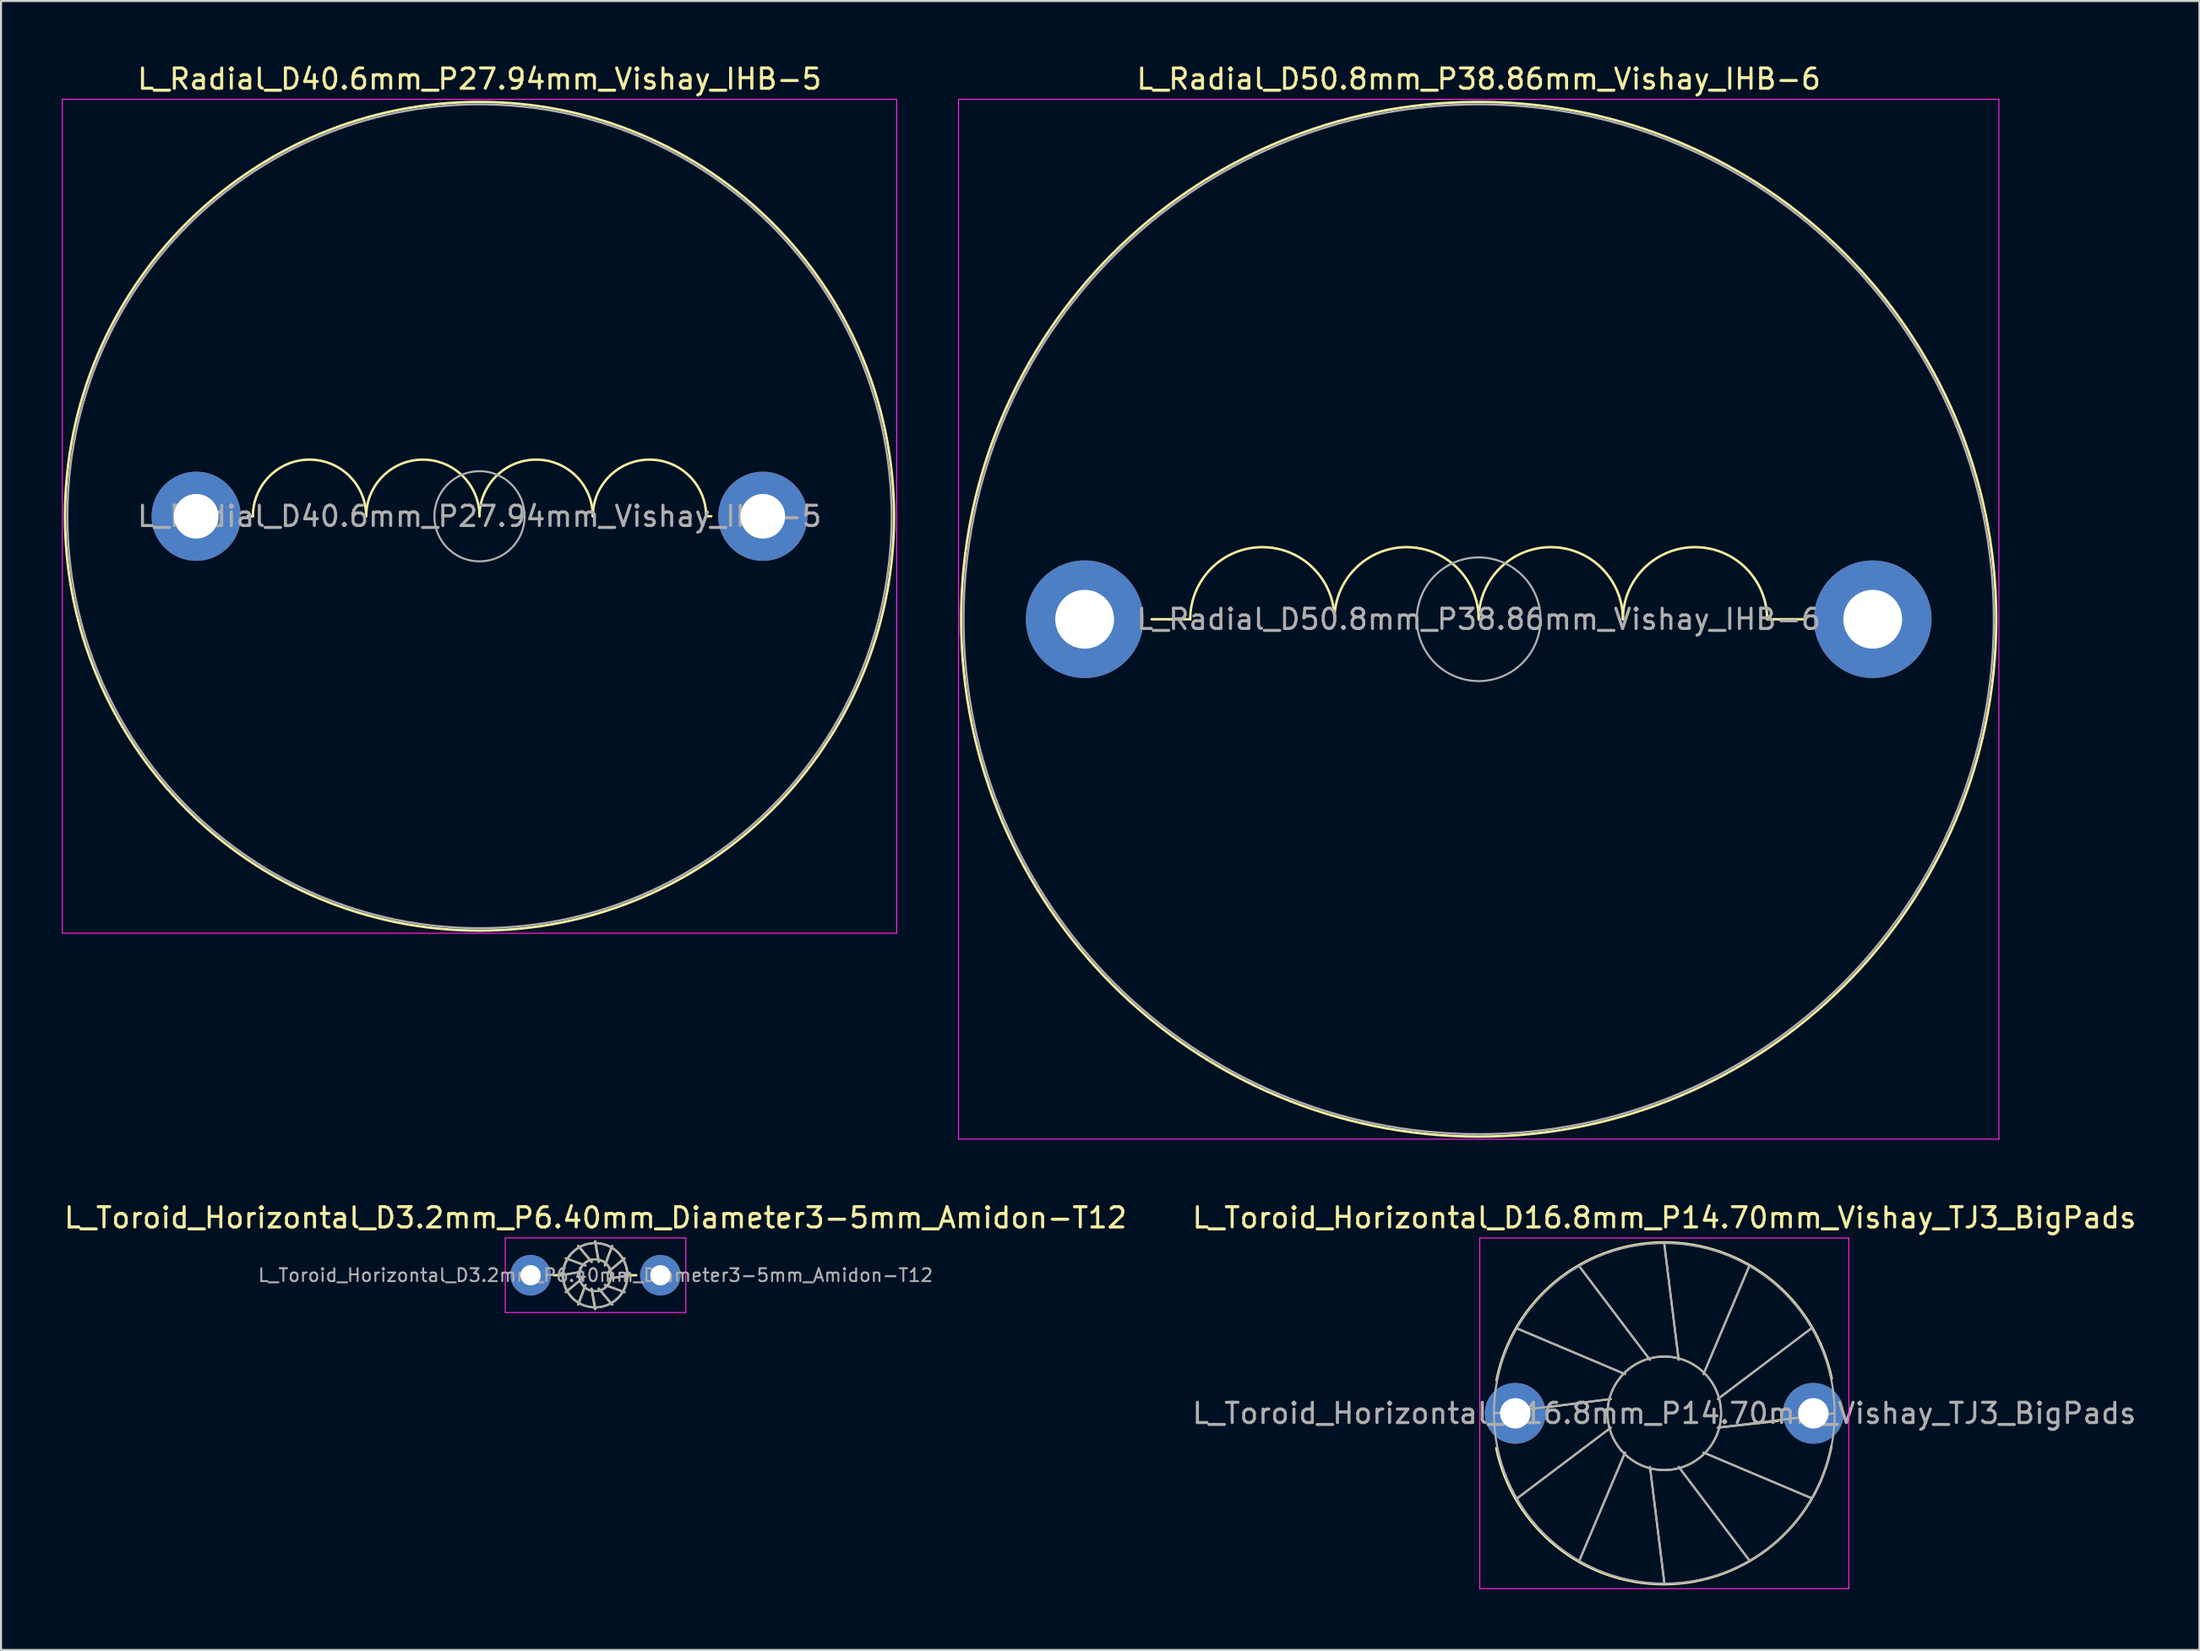
<source format=kicad_pcb>
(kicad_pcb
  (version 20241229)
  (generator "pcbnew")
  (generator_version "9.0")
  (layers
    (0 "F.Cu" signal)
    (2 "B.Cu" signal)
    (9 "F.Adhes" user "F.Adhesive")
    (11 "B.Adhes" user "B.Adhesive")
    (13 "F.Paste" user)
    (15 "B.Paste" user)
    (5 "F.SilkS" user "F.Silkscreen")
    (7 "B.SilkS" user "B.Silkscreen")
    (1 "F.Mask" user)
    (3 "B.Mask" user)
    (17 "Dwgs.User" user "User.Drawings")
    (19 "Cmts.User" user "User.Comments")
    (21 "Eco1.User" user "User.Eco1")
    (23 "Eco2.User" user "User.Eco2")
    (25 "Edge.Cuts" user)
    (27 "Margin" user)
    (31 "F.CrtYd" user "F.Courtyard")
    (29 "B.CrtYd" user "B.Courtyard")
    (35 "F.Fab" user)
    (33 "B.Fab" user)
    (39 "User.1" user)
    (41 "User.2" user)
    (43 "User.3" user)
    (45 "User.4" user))
  (footprint "L_Radial_D50.8mm_P38.86mm_Vishay_IHB-6"
    (layer "F.Cu")
    (at 50.435 27.498)
    (property "Reference" "L_Radial_D50.8mm_P38.86mm_Vishay_IHB-6" (at 19.43 -26.65 0) (layer "F.SilkS") (effects (font (size 1 1) (thickness 0.15))))
    (attr through_hole)
    (fp_line (start 5.206 0) (end 3.302 0) (stroke (width 0.12) (type solid)) (layer "F.SilkS"))
    (fp_line (start 33.654 0) (end 35.56 0) (stroke (width 0.12) (type solid)) (layer "F.SilkS"))
    (fp_arc (start 5.206 0) (mid 8.762 -3.556) (end 12.318 0) (stroke (width 0.12) (type solid)) (layer "F.SilkS"))
    (fp_arc (start 12.318 0) (mid 15.874 -3.556) (end 19.43 0) (stroke (width 0.12) (type solid)) (layer "F.SilkS"))
    (fp_arc (start 19.43 0) (mid 22.986 -3.556) (end 26.542 0) (stroke (width 0.12) (type solid)) (layer "F.SilkS"))
    (fp_arc (start 26.542 0) (mid 30.098 -3.556) (end 33.654 0) (stroke (width 0.12) (type solid)) (layer "F.SilkS"))
    (fp_circle (center 19.43 0) (end 44.95 0) (stroke (width 0.12) (type solid)) (fill no) (layer "F.SilkS"))
    (fp_line (start -6.22 -25.65) (end -6.22 25.65) (stroke (width 0.05) (type solid)) (layer "F.CrtYd"))
    (fp_line (start -6.22 25.65) (end 45.08 25.65) (stroke (width 0.05) (type solid)) (layer "F.CrtYd"))
    (fp_line (start 45.08 -25.65) (end -6.22 -25.65) (stroke (width 0.05) (type solid)) (layer "F.CrtYd"))
    (fp_line (start 45.08 25.65) (end 45.08 -25.65) (stroke (width 0.05) (type solid)) (layer "F.CrtYd"))
    (fp_circle (center 19.43 0) (end 22.48 0) (stroke (width 0.1) (type solid)) (fill no) (layer "F.Fab"))
    (fp_circle (center 19.43 0) (end 44.83 0) (stroke (width 0.1) (type solid)) (fill no) (layer "F.Fab"))
    (fp_text user "${REFERENCE}" (at 19.43 0 0) (layer "F.Fab") (effects (font (size 1 1) (thickness 0.15))))
    (pad "1" thru_hole circle (at 0 0) (size 5.8 5.8) (drill 2.9) (layers "*.Cu" "*.Mask"))
    (pad "2" thru_hole circle (at 38.86 0) (size 5.8 5.8) (drill 2.9) (layers "*.Cu" "*.Mask")))
  (footprint "L_Toroid_Horizontal_D3.2mm_P6.40mm_Diameter3-5mm_Amidon-T12"
    (layer "F.Cu")
    (at 23.115 59.859)
    (property "Reference" "L_Toroid_Horizontal_D3.2mm_P6.40mm_Diameter3-5mm_Amidon-T12" (at 3.2 -2.837 0) (layer "F.SilkS") (effects (font (size 1 1) (thickness 0.15))))
    (attr through_hole)
    (fp_line (start 1.143 0) (end 1.502 0.000155) (stroke (width 0.12) (type solid)) (layer "F.SilkS"))
    (fp_line (start 1.502 0.000155) (end 2.517 -0.176) (stroke (width 0.1) (type solid)) (layer "F.SilkS"))
    (fp_line (start 1.726 -0.837) (end 2.694 -0.481) (stroke (width 0.1) (type solid)) (layer "F.SilkS"))
    (fp_line (start 1.726 0.837) (end 2.517 0.176) (stroke (width 0.1) (type solid)) (layer "F.SilkS"))
    (fp_line (start 2.338 -1.449) (end 2.999 -0.658) (stroke (width 0.1) (type solid)) (layer "F.SilkS"))
    (fp_line (start 2.338 1.449) (end 2.694 0.481) (stroke (width 0.1) (type solid)) (layer "F.SilkS"))
    (fp_line (start 3.175 -1.673) (end 3.351 -0.658) (stroke (width 0.1) (type solid)) (layer "F.SilkS"))
    (fp_line (start 3.175 1.673) (end 2.999 0.658) (stroke (width 0.1) (type solid)) (layer "F.SilkS"))
    (fp_line (start 4.011 -1.449) (end 3.656 -0.481) (stroke (width 0.1) (type solid)) (layer "F.SilkS"))
    (fp_line (start 4.012 1.449) (end 3.351 0.658) (stroke (width 0.1) (type solid)) (layer "F.SilkS"))
    (fp_line (start 4.624 -0.837) (end 3.833 -0.176) (stroke (width 0.1) (type solid)) (layer "F.SilkS"))
    (fp_line (start 4.624 0.837) (end 3.656 0.481) (stroke (width 0.1) (type solid)) (layer "F.SilkS"))
    (fp_line (start 4.848 -0.00031) (end 3.833 0.176) (stroke (width 0.1) (type solid)) (layer "F.SilkS"))
    (fp_line (start 4.848 -0.00031) (end 5.207 0) (stroke (width 0.12) (type solid)) (layer "F.SilkS"))
    (fp_circle (center 3.175 0) (end 3.962 0) (stroke (width 0.1) (type solid)) (fill no) (layer "F.SilkS"))
    (fp_circle (center 3.175 0) (end 4.763 0) (stroke (width 0.1) (type solid)) (fill no) (layer "F.SilkS"))
    (fp_line (start -1.25 -1.84) (end -1.25 1.84) (stroke (width 0.05) (type solid)) (layer "F.CrtYd"))
    (fp_line (start -1.25 1.84) (end 7.65 1.84) (stroke (width 0.05) (type solid)) (layer "F.CrtYd"))
    (fp_line (start 7.65 -1.84) (end -1.25 -1.84) (stroke (width 0.05) (type solid)) (layer "F.CrtYd"))
    (fp_line (start 7.65 1.84) (end 7.65 -1.84) (stroke (width 0.05) (type solid)) (layer "F.CrtYd"))
    (fp_line (start 1.527 0.000155) (end 2.542 -0.176) (stroke (width 0.1) (type solid)) (layer "F.Fab"))
    (fp_line (start 1.751 -0.837) (end 2.719 -0.481) (stroke (width 0.1) (type solid)) (layer "F.Fab"))
    (fp_line (start 1.751 0.837) (end 2.542 0.176) (stroke (width 0.1) (type solid)) (layer "F.Fab"))
    (fp_line (start 2.363 -1.449) (end 3.024 -0.658) (stroke (width 0.1) (type solid)) (layer "F.Fab"))
    (fp_line (start 2.363 1.449) (end 2.719 0.481) (stroke (width 0.1) (type solid)) (layer "F.Fab"))
    (fp_line (start 3.2 -1.673) (end 3.376 -0.658) (stroke (width 0.1) (type solid)) (layer "F.Fab"))
    (fp_line (start 3.2 1.673) (end 3.024 0.658) (stroke (width 0.1) (type solid)) (layer "F.Fab"))
    (fp_line (start 4.036 -1.449) (end 3.681 -0.481) (stroke (width 0.1) (type solid)) (layer "F.Fab"))
    (fp_line (start 4.037 1.449) (end 3.376 0.658) (stroke (width 0.1) (type solid)) (layer "F.Fab"))
    (fp_line (start 4.649 -0.837) (end 3.858 -0.176) (stroke (width 0.1) (type solid)) (layer "F.Fab"))
    (fp_line (start 4.649 0.837) (end 3.681 0.481) (stroke (width 0.1) (type solid)) (layer "F.Fab"))
    (fp_line (start 4.873 -0.00031) (end 3.858 0.176) (stroke (width 0.1) (type solid)) (layer "F.Fab"))
    (fp_line (start 4.873 0) (end 3.858 0.176) (stroke (width 0.1) (type solid)) (layer "F.Fab"))
    (fp_circle (center 3.2 0) (end 3.987 0) (stroke (width 0.1) (type solid)) (fill no) (layer "F.Fab"))
    (fp_circle (center 3.2 0) (end 4.787 0) (stroke (width 0.1) (type solid)) (fill no) (layer "F.Fab"))
    (fp_text user "${REFERENCE}" (at 3.2 0 0) (layer "F.Fab") (effects (font (size 0.635 0.635) (thickness 0.095))))
    (pad "1" thru_hole circle (at 0 0) (size 2 2) (drill 1) (layers "*.Cu" "*.Mask"))
    (pad "2" thru_hole circle (at 6.4 0) (size 2 2) (drill 1) (layers "*.Cu" "*.Mask")))
  (footprint "L_Radial_D40.6mm_P27.94mm_Vishay_IHB-5"
    (layer "F.Cu")
    (at 6.625 22.418)
    (property "Reference" "L_Radial_D40.6mm_P27.94mm_Vishay_IHB-5" (at 13.97 -21.57 0) (layer "F.SilkS") (effects (font (size 1 1) (thickness 0.15))))
    (attr through_hole)
    (fp_line (start 2.794 0) (end 2.54 0) (stroke (width 0.12) (type solid)) (layer "F.SilkS"))
    (fp_line (start 25.146 0) (end 25.4 0) (stroke (width 0.12) (type solid)) (layer "F.SilkS"))
    (fp_arc (start 2.794 0) (mid 5.588 -2.794) (end 8.382 0) (stroke (width 0.12) (type solid)) (layer "F.SilkS"))
    (fp_arc (start 8.382 0) (mid 11.176 -2.794) (end 13.97 0) (stroke (width 0.12) (type solid)) (layer "F.SilkS"))
    (fp_arc (start 13.97 0) (mid 16.764 -2.794) (end 19.558 0) (stroke (width 0.12) (type solid)) (layer "F.SilkS"))
    (fp_arc (start 19.558 0) (mid 22.352 -2.794) (end 25.146 0) (stroke (width 0.12) (type solid)) (layer "F.SilkS"))
    (fp_circle (center 13.97 0) (end 34.41 0) (stroke (width 0.12) (type solid)) (fill no) (layer "F.SilkS"))
    (fp_line (start -6.6 -20.57) (end -6.6 20.57) (stroke (width 0.05) (type solid)) (layer "F.CrtYd"))
    (fp_line (start -6.6 20.57) (end 34.54 20.57) (stroke (width 0.05) (type solid)) (layer "F.CrtYd"))
    (fp_line (start 34.54 -20.57) (end -6.6 -20.57) (stroke (width 0.05) (type solid)) (layer "F.CrtYd"))
    (fp_line (start 34.54 20.57) (end 34.54 -20.57) (stroke (width 0.05) (type solid)) (layer "F.CrtYd"))
    (fp_circle (center 13.97 0) (end 16.195 0) (stroke (width 0.1) (type solid)) (fill no) (layer "F.Fab"))
    (fp_circle (center 13.97 0) (end 34.29 0) (stroke (width 0.1) (type solid)) (fill no) (layer "F.Fab"))
    (fp_text user "${REFERENCE}" (at 13.97 0 0) (layer "F.Fab") (effects (font (size 1 1) (thickness 0.15))))
    (pad "1" thru_hole circle (at 0 0) (size 4.4 4.4) (drill 2.2) (layers "*.Cu" "*.Mask"))
    (pad "2" thru_hole circle (at 27.94 0) (size 4.4 4.4) (drill 2.2) (layers "*.Cu" "*.Mask")))
  (footprint "L_Toroid_Horizontal_D16.8mm_P14.70mm_Vishay_TJ3_BigPads"
    (layer "F.Cu")
    (at 71.668 66.671)
    (property "Reference" "L_Toroid_Horizontal_D16.8mm_P14.70mm_Vishay_TJ3_BigPads" (at 7.35 -9.65 0) (layer "F.SilkS") (effects (font (size 1 1) (thickness 0.15))))
    (attr through_hole)
    (fp_line (start 0.119 -4.174) (end 5.417 -1.933) (stroke (width 0.1) (type solid)) (layer "F.SilkS"))
    (fp_line (start 0.119 4.175) (end 4.71 0.708) (stroke (width 0.1) (type solid)) (layer "F.SilkS"))
    (fp_line (start 1.714 -0.318) (end 4.709 -0.707) (stroke (width 0.1) (type solid)) (layer "F.SilkS"))
    (fp_line (start 3.174 -7.23) (end 6.642 -2.64) (stroke (width 0.1) (type solid)) (layer "F.SilkS"))
    (fp_line (start 3.176 7.231) (end 5.417 1.933) (stroke (width 0.1) (type solid)) (layer "F.SilkS"))
    (fp_line (start 7.349 -8.35) (end 8.057 -2.641) (stroke (width 0.1) (type solid)) (layer "F.SilkS"))
    (fp_line (start 7.35 8.35) (end 6.643 2.64) (stroke (width 0.1) (type solid)) (layer "F.SilkS"))
    (fp_line (start 11.524 -7.232) (end 9.283 -1.933) (stroke (width 0.1) (type solid)) (layer "F.SilkS"))
    (fp_line (start 11.525 7.231) (end 8.058 2.64) (stroke (width 0.1) (type solid)) (layer "F.SilkS"))
    (fp_line (start 12.954 0.381) (end 9.99 0.707) (stroke (width 0.1) (type solid)) (layer "F.SilkS"))
    (fp_line (start 14.58 -4.176) (end 9.99 -0.708) (stroke (width 0.1) (type solid)) (layer "F.SilkS"))
    (fp_line (start 14.581 4.175) (end 9.283 1.933) (stroke (width 0.1) (type solid)) (layer "F.SilkS"))
    (fp_arc (start -0.922048 -1.630258) (mid 7.307026 -8.431054) (end 15.604999 -1.714499) (stroke (width 0.12) (type solid)) (layer "F.SilkS"))
    (fp_arc (start 15.590548 1.630258) (mid 7.361474 8.431054) (end -0.936499 1.714499) (stroke (width 0.12) (type solid)) (layer "F.SilkS"))
    (fp_circle (center 7.35 0) (end 10.15 0) (stroke (width 0.1) (type solid)) (fill no) (layer "F.SilkS"))
    (fp_line (start -1.75 -8.65) (end -1.75 8.65) (stroke (width 0.05) (type solid)) (layer "F.CrtYd"))
    (fp_line (start -1.75 8.65) (end 16.45 8.65) (stroke (width 0.05) (type solid)) (layer "F.CrtYd"))
    (fp_line (start 16.45 -8.65) (end -1.75 -8.65) (stroke (width 0.05) (type solid)) (layer "F.CrtYd"))
    (fp_line (start 16.45 8.65) (end 16.45 -8.65) (stroke (width 0.05) (type solid)) (layer "F.CrtYd"))
    (fp_line (start -1 0.001) (end 4.709 -0.707) (stroke (width 0.1) (type solid)) (layer "F.Fab"))
    (fp_line (start 0.119 -4.174) (end 5.417 -1.933) (stroke (width 0.1) (type solid)) (layer "F.Fab"))
    (fp_line (start 0.119 4.175) (end 4.71 0.708) (stroke (width 0.1) (type solid)) (layer "F.Fab"))
    (fp_line (start 3.174 -7.23) (end 6.642 -2.64) (stroke (width 0.1) (type solid)) (layer "F.Fab"))
    (fp_line (start 3.176 7.231) (end 5.417 1.933) (stroke (width 0.1) (type solid)) (layer "F.Fab"))
    (fp_line (start 7.349 -8.35) (end 8.057 -2.641) (stroke (width 0.1) (type solid)) (layer "F.Fab"))
    (fp_line (start 7.35 8.35) (end 6.643 2.64) (stroke (width 0.1) (type solid)) (layer "F.Fab"))
    (fp_line (start 11.524 -7.232) (end 9.283 -1.933) (stroke (width 0.1) (type solid)) (layer "F.Fab"))
    (fp_line (start 11.525 7.231) (end 8.058 2.64) (stroke (width 0.1) (type solid)) (layer "F.Fab"))
    (fp_line (start 14.58 -4.176) (end 9.99 -0.708) (stroke (width 0.1) (type solid)) (layer "F.Fab"))
    (fp_line (start 14.581 4.175) (end 9.283 1.933) (stroke (width 0.1) (type solid)) (layer "F.Fab"))
    (fp_line (start 15.7 -0.002) (end 9.991 0.707) (stroke (width 0.1) (type solid)) (layer "F.Fab"))
    (fp_line (start 15.7 0) (end 9.99 0.707) (stroke (width 0.1) (type solid)) (layer "F.Fab"))
    (fp_circle (center 7.35 0) (end 10.15 0) (stroke (width 0.1) (type solid)) (fill no) (layer "F.Fab"))
    (fp_circle (center 7.35 0) (end 15.75 0) (stroke (width 0.1) (type solid)) (fill no) (layer "F.Fab"))
    (fp_text user "${REFERENCE}" (at 7.35 0 0) (layer "F.Fab") (effects (font (size 1 1) (thickness 0.15))))
    (pad "1" thru_hole circle (at 0 0) (size 3 3) (drill 1.5) (layers "*.Cu" "*.Mask"))
    (pad "2" thru_hole circle (at 14.7 0) (size 3 3) (drill 1.5) (layers "*.Cu" "*.Mask")))
  (gr_rect
    (start -3 -3)
    (end 105.405 78.347)
    (stroke (width 0.1) (type default))
    (fill no)
    (layer "Edge.Cuts")))
</source>
